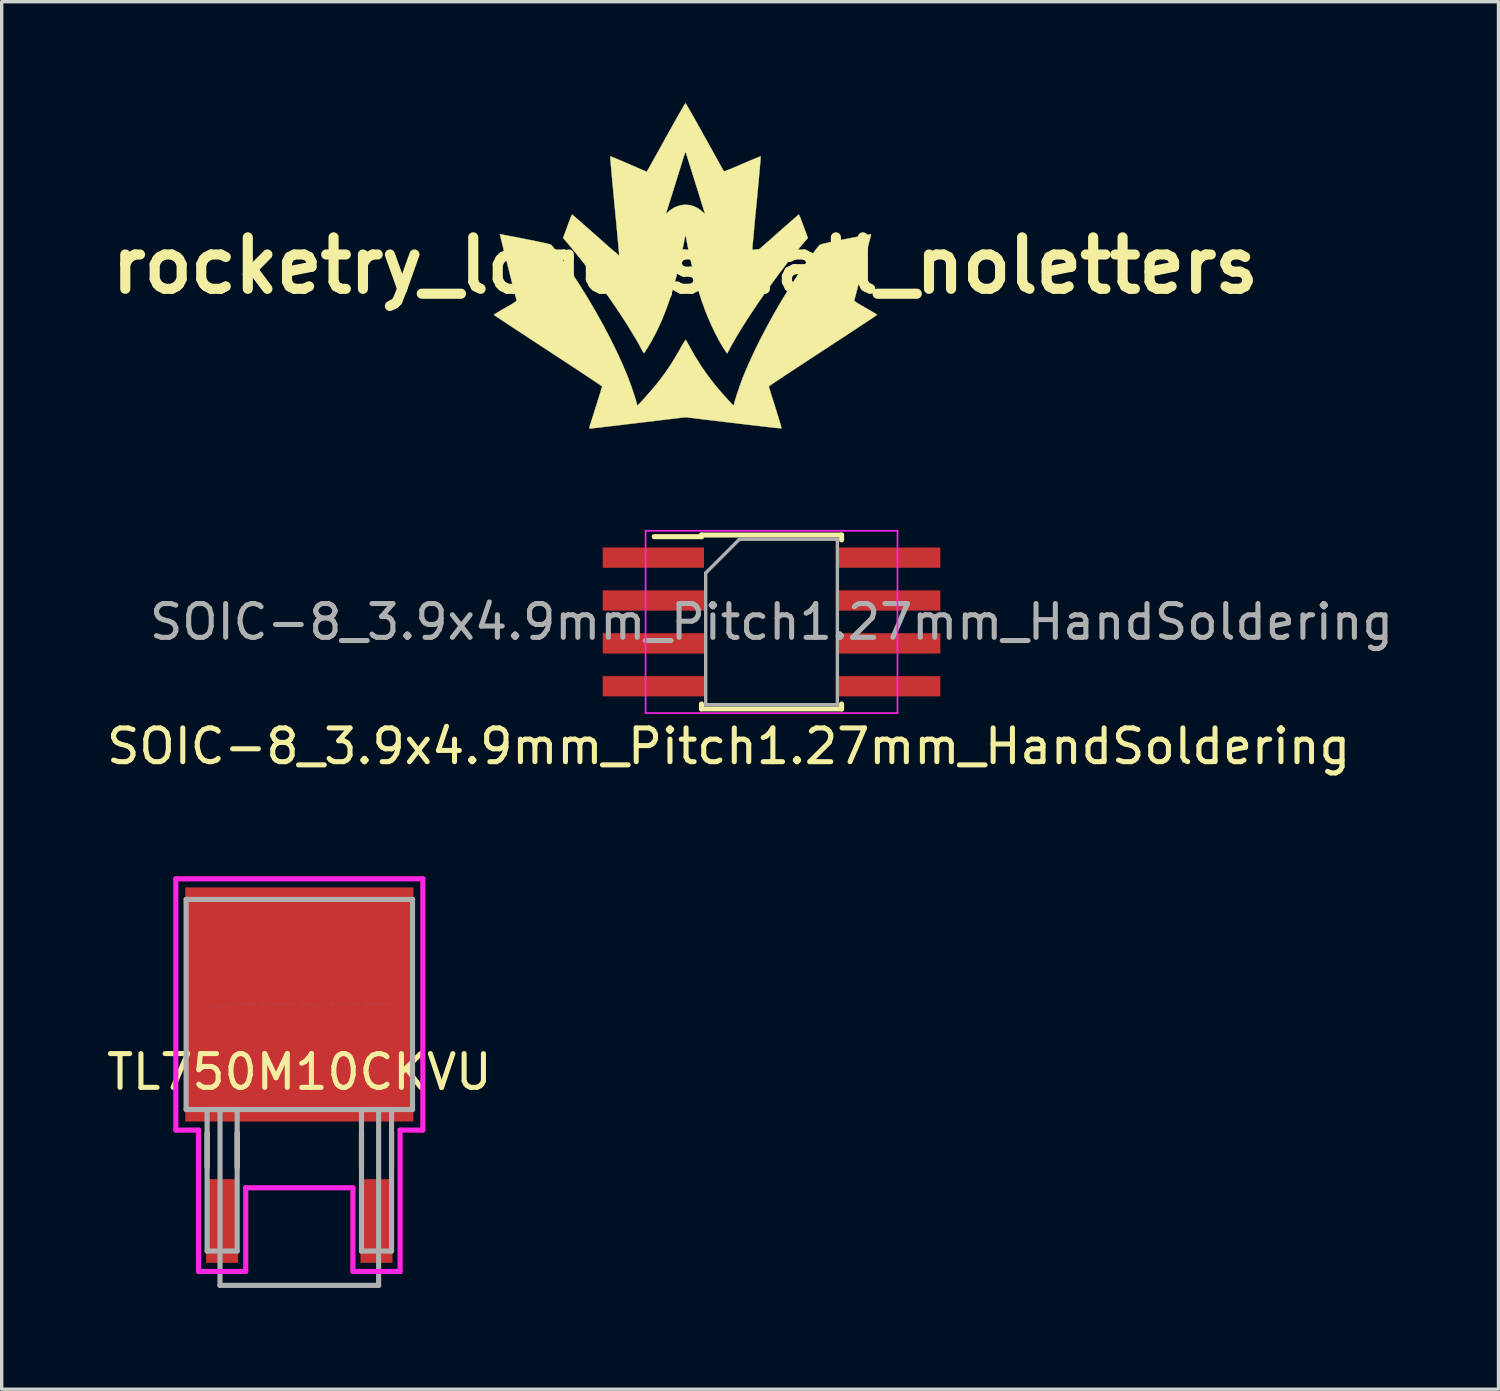
<source format=kicad_pcb>
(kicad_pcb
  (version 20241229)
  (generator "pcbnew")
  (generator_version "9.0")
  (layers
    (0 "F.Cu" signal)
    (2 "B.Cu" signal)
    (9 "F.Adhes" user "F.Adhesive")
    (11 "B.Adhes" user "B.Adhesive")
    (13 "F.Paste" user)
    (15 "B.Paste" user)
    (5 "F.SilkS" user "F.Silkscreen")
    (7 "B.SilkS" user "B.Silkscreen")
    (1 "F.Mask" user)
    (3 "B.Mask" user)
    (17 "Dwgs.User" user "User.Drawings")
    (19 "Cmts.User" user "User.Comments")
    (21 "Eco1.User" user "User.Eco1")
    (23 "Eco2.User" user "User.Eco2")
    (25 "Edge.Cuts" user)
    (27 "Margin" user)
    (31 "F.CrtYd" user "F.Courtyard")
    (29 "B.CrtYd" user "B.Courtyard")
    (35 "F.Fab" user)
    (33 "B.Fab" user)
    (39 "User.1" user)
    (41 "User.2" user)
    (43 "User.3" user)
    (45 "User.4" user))
  (footprint "TL750M10CKVU"
    (layer "F.Cu")
    (at 5.815 26.699)
    (property "Reference" "TL750M10CKVU" (at 0 2 0) (layer "F.SilkS") (effects (font (size 1 1) (thickness 0.15))))
    (attr through_hole)
    (fp_line (start -2.731 3.8) (end -2.731 4.819) (stroke (width 0.152) (type solid)) (layer "F.SilkS"))
    (fp_line (start -1.841 3.8) (end -1.841 4.819) (stroke (width 0.152) (type solid)) (layer "F.SilkS"))
    (fp_line (start 1.841 3.8) (end 1.841 4.819) (stroke (width 0.152) (type solid)) (layer "F.SilkS"))
    (fp_line (start 2.731 3.8) (end 2.731 4.819) (stroke (width 0.152) (type solid)) (layer "F.SilkS"))
    (fp_line (start -3.658 -3.721) (end 3.658 -3.721) (stroke (width 0.152) (type solid)) (layer "F.CrtYd"))
    (fp_line (start -3.658 3.721) (end -3.658 -3.721) (stroke (width 0.152) (type solid)) (layer "F.CrtYd"))
    (fp_line (start -2.985 3.721) (end -3.658 3.721) (stroke (width 0.152) (type solid)) (layer "F.CrtYd"))
    (fp_line (start -2.985 7.907) (end -2.985 3.721) (stroke (width 0.152) (type solid)) (layer "F.CrtYd"))
    (fp_line (start -1.587 5.429) (end -1.587 7.907) (stroke (width 0.152) (type solid)) (layer "F.CrtYd"))
    (fp_line (start -1.587 7.907) (end -2.985 7.907) (stroke (width 0.152) (type solid)) (layer "F.CrtYd"))
    (fp_line (start 1.587 5.429) (end -1.587 5.429) (stroke (width 0.152) (type solid)) (layer "F.CrtYd"))
    (fp_line (start 1.587 7.907) (end 1.587 5.429) (stroke (width 0.152) (type solid)) (layer "F.CrtYd"))
    (fp_line (start 2.985 3.721) (end 2.985 7.907) (stroke (width 0.152) (type solid)) (layer "F.CrtYd"))
    (fp_line (start 2.985 7.907) (end 1.587 7.907) (stroke (width 0.152) (type solid)) (layer "F.CrtYd"))
    (fp_line (start 3.658 -3.721) (end 3.658 3.721) (stroke (width 0.152) (type solid)) (layer "F.CrtYd"))
    (fp_line (start 3.658 3.721) (end 2.985 3.721) (stroke (width 0.152) (type solid)) (layer "F.CrtYd"))
    (fp_line (start -3.353 -3.111) (end -3.353 3.111) (stroke (width 0.152) (type solid)) (layer "F.Fab"))
    (fp_line (start -3.353 3.111) (end 3.353 3.111) (stroke (width 0.152) (type solid)) (layer "F.Fab"))
    (fp_line (start -2.731 3.111) (end -2.731 7.303) (stroke (width 0.152) (type solid)) (layer "F.Fab"))
    (fp_line (start -2.731 7.303) (end -1.841 7.303) (stroke (width 0.152) (type solid)) (layer "F.Fab"))
    (fp_line (start -2.349 3.111) (end -2.349 8.319) (stroke (width 0.152) (type solid)) (layer "F.Fab"))
    (fp_line (start -2.349 8.319) (end 2.349 8.319) (stroke (width 0.152) (type solid)) (layer "F.Fab"))
    (fp_line (start -1.841 3.111) (end -2.731 3.111) (stroke (width 0.152) (type solid)) (layer "F.Fab"))
    (fp_line (start -1.841 7.303) (end -1.841 3.111) (stroke (width 0.152) (type solid)) (layer "F.Fab"))
    (fp_line (start 1.841 3.111) (end 1.841 7.303) (stroke (width 0.152) (type solid)) (layer "F.Fab"))
    (fp_line (start 1.841 7.303) (end 2.731 7.303) (stroke (width 0.152) (type solid)) (layer "F.Fab"))
    (fp_line (start 2.349 8.319) (end 2.349 3.111) (stroke (width 0.152) (type solid)) (layer "F.Fab"))
    (fp_line (start 2.731 3.111) (end 1.841 3.111) (stroke (width 0.152) (type solid)) (layer "F.Fab"))
    (fp_line (start 2.731 7.303) (end 2.731 3.111) (stroke (width 0.152) (type solid)) (layer "F.Fab"))
    (fp_line (start 3.353 -3.111) (end -3.353 -3.111) (stroke (width 0.152) (type solid)) (layer "F.Fab"))
    (fp_line (start 3.353 3.111) (end 3.353 -3.111) (stroke (width 0.152) (type solid)) (layer "F.Fab"))
    (fp_text user "Copyright 2016 Accelerated Designs. All rights reserved." (at 0 0 0) (layer "Cmts.User") (effects (font (size 0.127 0.127) (thickness 0.002))))
    (pad "1" smd rect (at -2.286 6.413) (size 0.949 2.478) (layers "F.Cu" "F.Mask" "F.Paste"))
    (pad "2" smd rect (at 0 0) (size 6.756 6.934) (layers "F.Cu" "F.Mask" "F.Paste"))
    (pad "3" smd rect (at 2.286 6.413) (size 0.949 2.478) (layers "F.Cu" "F.Mask" "F.Paste")))
  (footprint "rocketry_logo_small_noletters"
    (layer "F.Cu")
    (at 17.243 4.814)
    (property "Reference" "rocketry_logo_small_noletters" (at 0 0 0) (layer "F.SilkS") (effects (font (size 1.524 1.524) (thickness 0.3))))
    (attr through_hole)
    (fp_poly (pts (xy 0.018 -4.795) (xy 0.042 -4.756) (xy 0.079 -4.694) (xy 0.128 -4.61) (xy 0.187 -4.507) (xy 0.255 -4.388) (xy 0.33 -4.253) (xy 0.412 -4.107) (xy 0.5 -3.95) (xy 0.576 -3.813) (xy 0.667 -3.649) (xy 0.754 -3.493) (xy 0.835 -3.347) (xy 0.909 -3.213) (xy 0.976 -3.094) (xy 1.032 -2.991) (xy 1.079 -2.908) (xy 1.113 -2.846) (xy 1.135 -2.808) (xy 1.141 -2.796) (xy 1.151 -2.793) (xy 1.173 -2.797) (xy 1.211 -2.809) (xy 1.266 -2.829) (xy 1.341 -2.859) (xy 1.438 -2.9) (xy 1.56 -2.952) (xy 1.69 -3.008) (xy 1.812 -3.061) (xy 1.925 -3.109) (xy 2.025 -3.151) (xy 2.109 -3.185) (xy 2.174 -3.211) (xy 2.217 -3.227) (xy 2.235 -3.231) (xy 2.235 -3.231) (xy 2.235 -3.214) (xy 2.232 -3.168) (xy 2.226 -3.095) (xy 2.218 -2.996) (xy 2.208 -2.875) (xy 2.195 -2.734) (xy 2.181 -2.574) (xy 2.165 -2.398) (xy 2.147 -2.208) (xy 2.128 -2.007) (xy 2.108 -1.796) (xy 2.105 -1.761) (xy 2.084 -1.549) (xy 2.065 -1.346) (xy 2.047 -1.154) (xy 2.031 -0.976) (xy 2.016 -0.814) (xy 2.002 -0.669) (xy 1.991 -0.545) (xy 1.982 -0.443) (xy 1.976 -0.366) (xy 1.972 -0.316) (xy 1.971 -0.294) (xy 1.971 -0.294) (xy 1.984 -0.303) (xy 2.018 -0.331) (xy 2.072 -0.377) (xy 2.143 -0.438) (xy 2.229 -0.514) (xy 2.329 -0.601) (xy 2.44 -0.698) (xy 2.559 -0.804) (xy 2.665 -0.898) (xy 2.79 -1.009) (xy 2.909 -1.114) (xy 3.018 -1.21) (xy 3.117 -1.296) (xy 3.201 -1.371) (xy 3.271 -1.431) (xy 3.323 -1.475) (xy 3.355 -1.501) (xy 3.365 -1.508) (xy 3.369 -1.505) (xy 3.377 -1.492) (xy 3.388 -1.468) (xy 3.404 -1.43) (xy 3.425 -1.375) (xy 3.453 -1.301) (xy 3.489 -1.205) (xy 3.534 -1.084) (xy 3.586 -0.943) (xy 3.633 -0.815) (xy 3.497 -0.659) (xy 3.323 -0.452) (xy 3.14 -0.226) (xy 2.951 0.016) (xy 2.758 0.27) (xy 2.565 0.533) (xy 2.374 0.801) (xy 2.186 1.069) (xy 2.006 1.336) (xy 1.835 1.596) (xy 1.676 1.847) (xy 1.532 2.084) (xy 1.405 2.304) (xy 1.328 2.444) (xy 1.242 2.607) (xy 1.19 2.53) (xy 1.09 2.375) (xy 0.986 2.193) (xy 0.882 1.991) (xy 0.778 1.773) (xy 0.679 1.546) (xy 0.586 1.315) (xy 0.502 1.084) (xy 0.46 0.96) (xy 0.385 0.716) (xy 0.311 0.448) (xy 0.237 0.163) (xy 0.168 -0.13) (xy 0.104 -0.425) (xy 0.054 -0.677) (xy 0.009 -0.918) (xy -0.072 -0.51) (xy -0.163 -0.086) (xy -0.258 0.309) (xy -0.359 0.677) (xy -0.466 1.021) (xy -0.581 1.343) (xy -0.704 1.646) (xy -0.836 1.932) (xy -0.978 2.203) (xy -1.117 2.44) (xy -1.155 2.5) (xy -1.188 2.55) (xy -1.211 2.583) (xy -1.219 2.594) (xy -1.231 2.584) (xy -1.253 2.551) (xy -1.282 2.502) (xy -1.298 2.47) (xy -1.39 2.298) (xy -1.501 2.106) (xy -1.629 1.896) (xy -1.77 1.671) (xy -1.923 1.436) (xy -2.086 1.193) (xy -2.257 0.946) (xy -2.432 0.697) (xy -2.611 0.45) (xy -2.79 0.209) (xy -2.967 -0.025) (xy -3.141 -0.246) (xy -3.308 -0.453) (xy -3.467 -0.642) (xy -3.482 -0.659) (xy -3.617 -0.815) (xy -3.57 -0.943) (xy -3.516 -1.09) (xy -3.471 -1.21) (xy -3.436 -1.305) (xy -3.408 -1.378) (xy -3.387 -1.432) (xy -3.371 -1.47) (xy -3.361 -1.493) (xy -3.353 -1.505) (xy -3.349 -1.508) (xy -3.335 -1.498) (xy -3.299 -1.468) (xy -3.245 -1.421) (xy -3.172 -1.359) (xy -3.085 -1.283) (xy -2.985 -1.195) (xy -2.874 -1.097) (xy -2.754 -0.991) (xy -2.649 -0.898) (xy -2.523 -0.787) (xy -2.405 -0.682) (xy -2.296 -0.586) (xy -2.199 -0.501) (xy -2.115 -0.428) (xy -2.046 -0.369) (xy -1.995 -0.326) (xy -1.964 -0.3) (xy -1.955 -0.294) (xy -1.956 -0.31) (xy -1.959 -0.356) (xy -1.965 -0.429) (xy -1.974 -0.527) (xy -1.984 -0.648) (xy -1.997 -0.789) (xy -2.012 -0.948) (xy -2.028 -1.124) (xy -2.046 -1.313) (xy -2.065 -1.515) (xy -2.068 -1.54) (xy -0.569 -1.54) (xy -0.563 -1.539) (xy -0.54 -1.556) (xy -0.504 -1.588) (xy -0.499 -1.593) (xy -0.443 -1.64) (xy -0.373 -1.687) (xy -0.31 -1.724) (xy -0.168 -1.777) (xy -0.024 -1.8) (xy 0.119 -1.793) (xy 0.257 -1.756) (xy 0.389 -1.689) (xy 0.503 -1.6) (xy 0.544 -1.564) (xy 0.572 -1.542) (xy 0.585 -1.537) (xy 0.584 -1.54) (xy 0.578 -1.559) (xy 0.564 -1.606) (xy 0.541 -1.677) (xy 0.512 -1.771) (xy 0.476 -1.884) (xy 0.436 -2.014) (xy 0.391 -2.158) (xy 0.343 -2.313) (xy 0.294 -2.469) (xy 0.243 -2.631) (xy 0.195 -2.785) (xy 0.151 -2.926) (xy 0.111 -3.053) (xy 0.077 -3.163) (xy 0.049 -3.253) (xy 0.027 -3.32) (xy 0.014 -3.362) (xy 0.009 -3.377) (xy 0.004 -3.363) (xy -0.01 -3.321) (xy -0.031 -3.254) (xy -0.06 -3.165) (xy -0.094 -3.055) (xy -0.134 -2.929) (xy -0.178 -2.788) (xy -0.226 -2.634) (xy -0.277 -2.472) (xy -0.328 -2.308) (xy -0.376 -2.153) (xy -0.421 -2.01) (xy -0.462 -1.88) (xy -0.497 -1.768) (xy -0.526 -1.675) (xy -0.549 -1.604) (xy -0.563 -1.558) (xy -0.569 -1.54) (xy -2.068 -1.54) (xy -2.085 -1.725) (xy -2.089 -1.761) (xy -2.109 -1.973) (xy -2.128 -2.176) (xy -2.146 -2.368) (xy -2.162 -2.546) (xy -2.177 -2.709) (xy -2.19 -2.854) (xy -2.201 -2.978) (xy -2.209 -3.08) (xy -2.215 -3.158) (xy -2.219 -3.209) (xy -2.219 -3.231) (xy -2.219 -3.231) (xy -2.203 -3.228) (xy -2.16 -3.212) (xy -2.096 -3.187) (xy -2.012 -3.153) (xy -1.913 -3.111) (xy -1.8 -3.063) (xy -1.679 -3.011) (xy -1.676 -3.01) (xy -1.555 -2.957) (xy -1.443 -2.908) (xy -1.344 -2.865) (xy -1.26 -2.83) (xy -1.196 -2.802) (xy -1.154 -2.784) (xy -1.139 -2.778) (xy -1.139 -2.778) (xy -1.13 -2.792) (xy -1.108 -2.831) (xy -1.072 -2.893) (xy -1.025 -2.977) (xy -0.967 -3.08) (xy -0.9 -3.2) (xy -0.825 -3.335) (xy -0.744 -3.482) (xy -0.656 -3.639) (xy -0.571 -3.794) (xy -0.479 -3.959) (xy -0.391 -4.116) (xy -0.309 -4.262) (xy -0.234 -4.396) (xy -0.166 -4.515) (xy -0.108 -4.616) (xy -0.06 -4.699) (xy -0.024 -4.76) (xy -0.001 -4.797) (xy 0.008 -4.809) (xy 0.018 -4.795)) (stroke (width 0.01) (type solid)) (fill yes) (layer "F.SilkS"))
    (fp_poly (pts (xy -5.473 -0.926) (xy -5.429 -0.918) (xy -5.36 -0.906) (xy -5.269 -0.888) (xy -5.159 -0.867) (xy -5.033 -0.843) (xy -4.894 -0.816) (xy -4.745 -0.786) (xy -4.743 -0.786) (xy -4.559 -0.749) (xy -4.404 -0.718) (xy -4.276 -0.692) (xy -4.174 -0.669) (xy -4.094 -0.651) (xy -4.036 -0.636) (xy -3.996 -0.623) (xy -3.972 -0.613) (xy -3.967 -0.61) (xy -3.938 -0.579) (xy -3.895 -0.525) (xy -3.838 -0.453) (xy -3.772 -0.364) (xy -3.698 -0.263) (xy -3.618 -0.153) (xy -3.536 -0.038) (xy -3.455 0.08) (xy -3.375 0.196) (xy -3.325 0.27) (xy -3.09 0.633) (xy -2.859 1.008) (xy -2.636 1.39) (xy -2.422 1.775) (xy -2.221 2.158) (xy -2.036 2.533) (xy -1.868 2.896) (xy -1.723 3.239) (xy -1.686 3.332) (xy -1.646 3.439) (xy -1.605 3.553) (xy -1.564 3.67) (xy -1.526 3.783) (xy -1.492 3.888) (xy -1.464 3.978) (xy -1.445 4.048) (xy -1.436 4.084) (xy -1.427 4.122) (xy -1.416 4.142) (xy -1.414 4.143) (xy -1.399 4.132) (xy -1.366 4.1) (xy -1.319 4.05) (xy -1.261 3.988) (xy -1.195 3.915) (xy -1.125 3.835) (xy -1.052 3.752) (xy -0.981 3.67) (xy -0.915 3.592) (xy -0.867 3.534) (xy -0.719 3.347) (xy -0.582 3.162) (xy -0.453 2.972) (xy -0.326 2.77) (xy -0.195 2.547) (xy -0.135 2.44) (xy -0.09 2.361) (xy -0.05 2.293) (xy -0.017 2.241) (xy 0.006 2.21) (xy 0.017 2.202) (xy 0.029 2.22) (xy 0.052 2.26) (xy 0.084 2.317) (xy 0.119 2.381) (xy 0.294 2.691) (xy 0.473 2.977) (xy 0.659 3.244) (xy 0.857 3.502) (xy 0.881 3.532) (xy 0.942 3.605) (xy 1.009 3.684) (xy 1.081 3.767) (xy 1.153 3.85) (xy 1.224 3.928) (xy 1.288 4) (xy 1.345 4.061) (xy 1.389 4.107) (xy 1.419 4.136) (xy 1.43 4.143) (xy 1.44 4.129) (xy 1.45 4.095) (xy 1.452 4.084) (xy 1.465 4.033) (xy 1.486 3.958) (xy 1.516 3.864) (xy 1.551 3.757) (xy 1.59 3.642) (xy 1.631 3.526) (xy 1.672 3.412) (xy 1.711 3.308) (xy 1.739 3.239) (xy 1.883 2.899) (xy 2.048 2.542) (xy 2.23 2.173) (xy 2.427 1.796) (xy 2.636 1.417) (xy 2.855 1.041) (xy 3.081 0.671) (xy 3.312 0.314) (xy 3.34 0.272) (xy 3.416 0.159) (xy 3.496 0.043) (xy 3.578 -0.074) (xy 3.66 -0.188) (xy 3.737 -0.296) (xy 3.809 -0.393) (xy 3.873 -0.477) (xy 3.925 -0.544) (xy 3.964 -0.591) (xy 3.982 -0.609) (xy 3.999 -0.618) (xy 4.033 -0.629) (xy 4.086 -0.644) (xy 4.16 -0.662) (xy 4.257 -0.683) (xy 4.379 -0.709) (xy 4.528 -0.739) (xy 4.706 -0.775) (xy 4.758 -0.785) (xy 4.907 -0.814) (xy 5.046 -0.841) (xy 5.172 -0.866) (xy 5.283 -0.887) (xy 5.374 -0.905) (xy 5.444 -0.918) (xy 5.489 -0.926) (xy 5.505 -0.928) (xy 5.505 -0.928) (xy 5.502 -0.913) (xy 5.492 -0.87) (xy 5.475 -0.803) (xy 5.453 -0.714) (xy 5.426 -0.607) (xy 5.396 -0.485) (xy 5.362 -0.352) (xy 5.326 -0.209) (xy 5.289 -0.061) (xy 5.25 0.089) (xy 5.212 0.239) (xy 5.175 0.385) (xy 5.14 0.524) (xy 5.107 0.652) (xy 5.077 0.768) (xy 5.052 0.866) (xy 5.031 0.946) (xy 5.016 1.002) (xy 5.008 1.033) (xy 5.008 1.034) (xy 5.011 1.046) (xy 5.03 1.064) (xy 5.067 1.091) (xy 5.123 1.126) (xy 5.202 1.173) (xy 5.306 1.233) (xy 5.341 1.253) (xy 5.436 1.307) (xy 5.52 1.356) (xy 5.59 1.398) (xy 5.643 1.43) (xy 5.675 1.452) (xy 5.683 1.459) (xy 5.67 1.469) (xy 5.632 1.495) (xy 5.571 1.537) (xy 5.488 1.592) (xy 5.384 1.661) (xy 5.263 1.741) (xy 5.124 1.833) (xy 4.97 1.934) (xy 4.803 2.044) (xy 4.623 2.162) (xy 4.433 2.286) (xy 4.235 2.416) (xy 4.08 2.517) (xy 3.876 2.651) (xy 3.679 2.78) (xy 3.492 2.903) (xy 3.315 3.019) (xy 3.151 3.127) (xy 3 3.226) (xy 2.866 3.316) (xy 2.748 3.394) (xy 2.65 3.46) (xy 2.572 3.512) (xy 2.516 3.551) (xy 2.484 3.573) (xy 2.477 3.58) (xy 2.481 3.598) (xy 2.494 3.643) (xy 2.515 3.712) (xy 2.543 3.801) (xy 2.575 3.907) (xy 2.613 4.027) (xy 2.654 4.157) (xy 2.669 4.204) (xy 2.711 4.336) (xy 2.749 4.46) (xy 2.782 4.57) (xy 2.81 4.664) (xy 2.832 4.74) (xy 2.846 4.792) (xy 2.851 4.819) (xy 2.851 4.822) (xy 2.834 4.822) (xy 2.788 4.818) (xy 2.715 4.81) (xy 2.617 4.8) (xy 2.496 4.787) (xy 2.355 4.771) (xy 2.197 4.753) (xy 2.022 4.733) (xy 1.834 4.711) (xy 1.634 4.687) (xy 1.426 4.662) (xy 1.424 4.662) (xy 0.008 4.492) (xy -1.379 4.659) (xy -1.587 4.684) (xy -1.785 4.707) (xy -1.973 4.73) (xy -2.148 4.751) (xy -2.307 4.769) (xy -2.448 4.786) (xy -2.569 4.8) (xy -2.667 4.811) (xy -2.741 4.82) (xy -2.788 4.825) (xy -2.804 4.826) (xy -2.833 4.821) (xy -2.842 4.813) (xy -2.837 4.795) (xy -2.824 4.751) (xy -2.803 4.683) (xy -2.775 4.594) (xy -2.743 4.489) (xy -2.705 4.37) (xy -2.664 4.24) (xy -2.651 4.199) (xy -2.609 4.067) (xy -2.571 3.944) (xy -2.536 3.833) (xy -2.507 3.739) (xy -2.484 3.663) (xy -2.468 3.61) (xy -2.461 3.584) (xy -2.461 3.581) (xy -2.474 3.57) (xy -2.512 3.543) (xy -2.573 3.501) (xy -2.656 3.445) (xy -2.76 3.376) (xy -2.881 3.295) (xy -3.02 3.203) (xy -3.174 3.101) (xy -3.342 2.991) (xy -3.521 2.873) (xy -3.711 2.748) (xy -3.91 2.618) (xy -4.064 2.517) (xy -4.268 2.384) (xy -4.465 2.255) (xy -4.652 2.132) (xy -4.829 2.016) (xy -4.993 1.908) (xy -5.144 1.809) (xy -5.278 1.72) (xy -5.396 1.642) (xy -5.494 1.577) (xy -5.572 1.525) (xy -5.628 1.487) (xy -5.66 1.464) (xy -5.667 1.458) (xy -5.654 1.448) (xy -5.617 1.424) (xy -5.559 1.389) (xy -5.485 1.345) (xy -5.399 1.295) (xy -5.326 1.253) (xy -5.214 1.189) (xy -5.128 1.139) (xy -5.065 1.1) (xy -5.023 1.071) (xy -4.999 1.051) (xy -4.991 1.037) (xy -4.992 1.034) (xy -5 1.005) (xy -5.014 0.951) (xy -5.034 0.873) (xy -5.059 0.775) (xy -5.089 0.661) (xy -5.122 0.533) (xy -5.157 0.395) (xy -5.194 0.25) (xy -5.232 0.1) (xy -5.27 -0.05) (xy -5.308 -0.199) (xy -5.344 -0.342) (xy -5.378 -0.476) (xy -5.408 -0.599) (xy -5.435 -0.707) (xy -5.458 -0.797) (xy -5.475 -0.866) (xy -5.486 -0.911) (xy -5.489 -0.928) (xy -5.489 -0.928) (xy -5.473 -0.926)) (stroke (width 0.01) (type solid)) (fill yes) (layer "F.SilkS")))
  (footprint "SOIC-8_3.9x4.9mm_Pitch1.27mm_HandSoldering"
    (layer "F.Cu")
    (at 19.8 15.37)
    (property "Reference" "SOIC-8_3.9x4.9mm_Pitch1.27mm_HandSoldering" (at -1.27 3.683 0) (layer "F.SilkS") (effects (font (size 1 1) (thickness 0.15))))
    (attr smd)
    (fp_line (start -2.075 -2.575) (end -2.075 -2.525) (stroke (width 0.15) (type solid)) (layer "F.SilkS"))
    (fp_line (start -2.075 -2.575) (end 2.075 -2.575) (stroke (width 0.15) (type solid)) (layer "F.SilkS"))
    (fp_line (start -2.075 -2.525) (end -3.475 -2.525) (stroke (width 0.15) (type solid)) (layer "F.SilkS"))
    (fp_line (start -2.075 2.575) (end -2.075 2.43) (stroke (width 0.15) (type solid)) (layer "F.SilkS"))
    (fp_line (start -2.075 2.575) (end 2.075 2.575) (stroke (width 0.15) (type solid)) (layer "F.SilkS"))
    (fp_line (start 2.075 -2.575) (end 2.075 -2.43) (stroke (width 0.15) (type solid)) (layer "F.SilkS"))
    (fp_line (start 2.075 2.575) (end 2.075 2.43) (stroke (width 0.15) (type solid)) (layer "F.SilkS"))
    (fp_line (start -3.73 -2.7) (end -3.73 2.7) (stroke (width 0.05) (type solid)) (layer "F.CrtYd"))
    (fp_line (start -3.73 -2.7) (end 3.73 -2.7) (stroke (width 0.05) (type solid)) (layer "F.CrtYd"))
    (fp_line (start -3.73 2.7) (end 3.73 2.7) (stroke (width 0.05) (type solid)) (layer "F.CrtYd"))
    (fp_line (start 3.73 -2.7) (end 3.73 2.7) (stroke (width 0.05) (type solid)) (layer "F.CrtYd"))
    (fp_line (start -1.95 -1.45) (end -0.95 -2.45) (stroke (width 0.1) (type solid)) (layer "F.Fab"))
    (fp_line (start -1.95 2.45) (end -1.95 -1.45) (stroke (width 0.1) (type solid)) (layer "F.Fab"))
    (fp_line (start -0.95 -2.45) (end 1.95 -2.45) (stroke (width 0.1) (type solid)) (layer "F.Fab"))
    (fp_line (start 1.95 -2.45) (end 1.95 2.45) (stroke (width 0.1) (type solid)) (layer "F.Fab"))
    (fp_line (start 1.95 2.45) (end -1.95 2.45) (stroke (width 0.1) (type solid)) (layer "F.Fab"))
    (fp_text user "${REFERENCE}" (at 0 0 0) (layer "F.Fab") (effects (font (size 1 1) (thickness 0.15))))
    (pad "1" smd rect (at -3.5 -1.905) (size 3 0.6) (layers "F.Cu" "F.Mask" "F.Paste"))
    (pad "2" smd rect (at -3.5 -0.635) (size 3 0.6) (layers "F.Cu" "F.Mask" "F.Paste"))
    (pad "3" smd rect (at -3.5 0.635) (size 3 0.6) (layers "F.Cu" "F.Mask" "F.Paste"))
    (pad "4" smd rect (at -3.5 1.905) (size 3 0.6) (layers "F.Cu" "F.Mask" "F.Paste"))
    (pad "5" smd rect (at 3.5 1.905) (size 3 0.6) (layers "F.Cu" "F.Mask" "F.Paste"))
    (pad "6" smd rect (at 3.5 0.635) (size 3 0.6) (layers "F.Cu" "F.Mask" "F.Paste"))
    (pad "7" smd rect (at 3.5 -0.635) (size 3 0.6) (layers "F.Cu" "F.Mask" "F.Paste"))
    (pad "8" smd rect (at 3.5 -1.905) (size 3 0.6) (layers "F.Cu" "F.Mask" "F.Paste")))
  (gr_rect
    (start -3 -3)
    (end 41.33 38.093)
    (stroke (width 0.1) (type default))
    (fill no)
    (layer "Edge.Cuts")))
</source>
